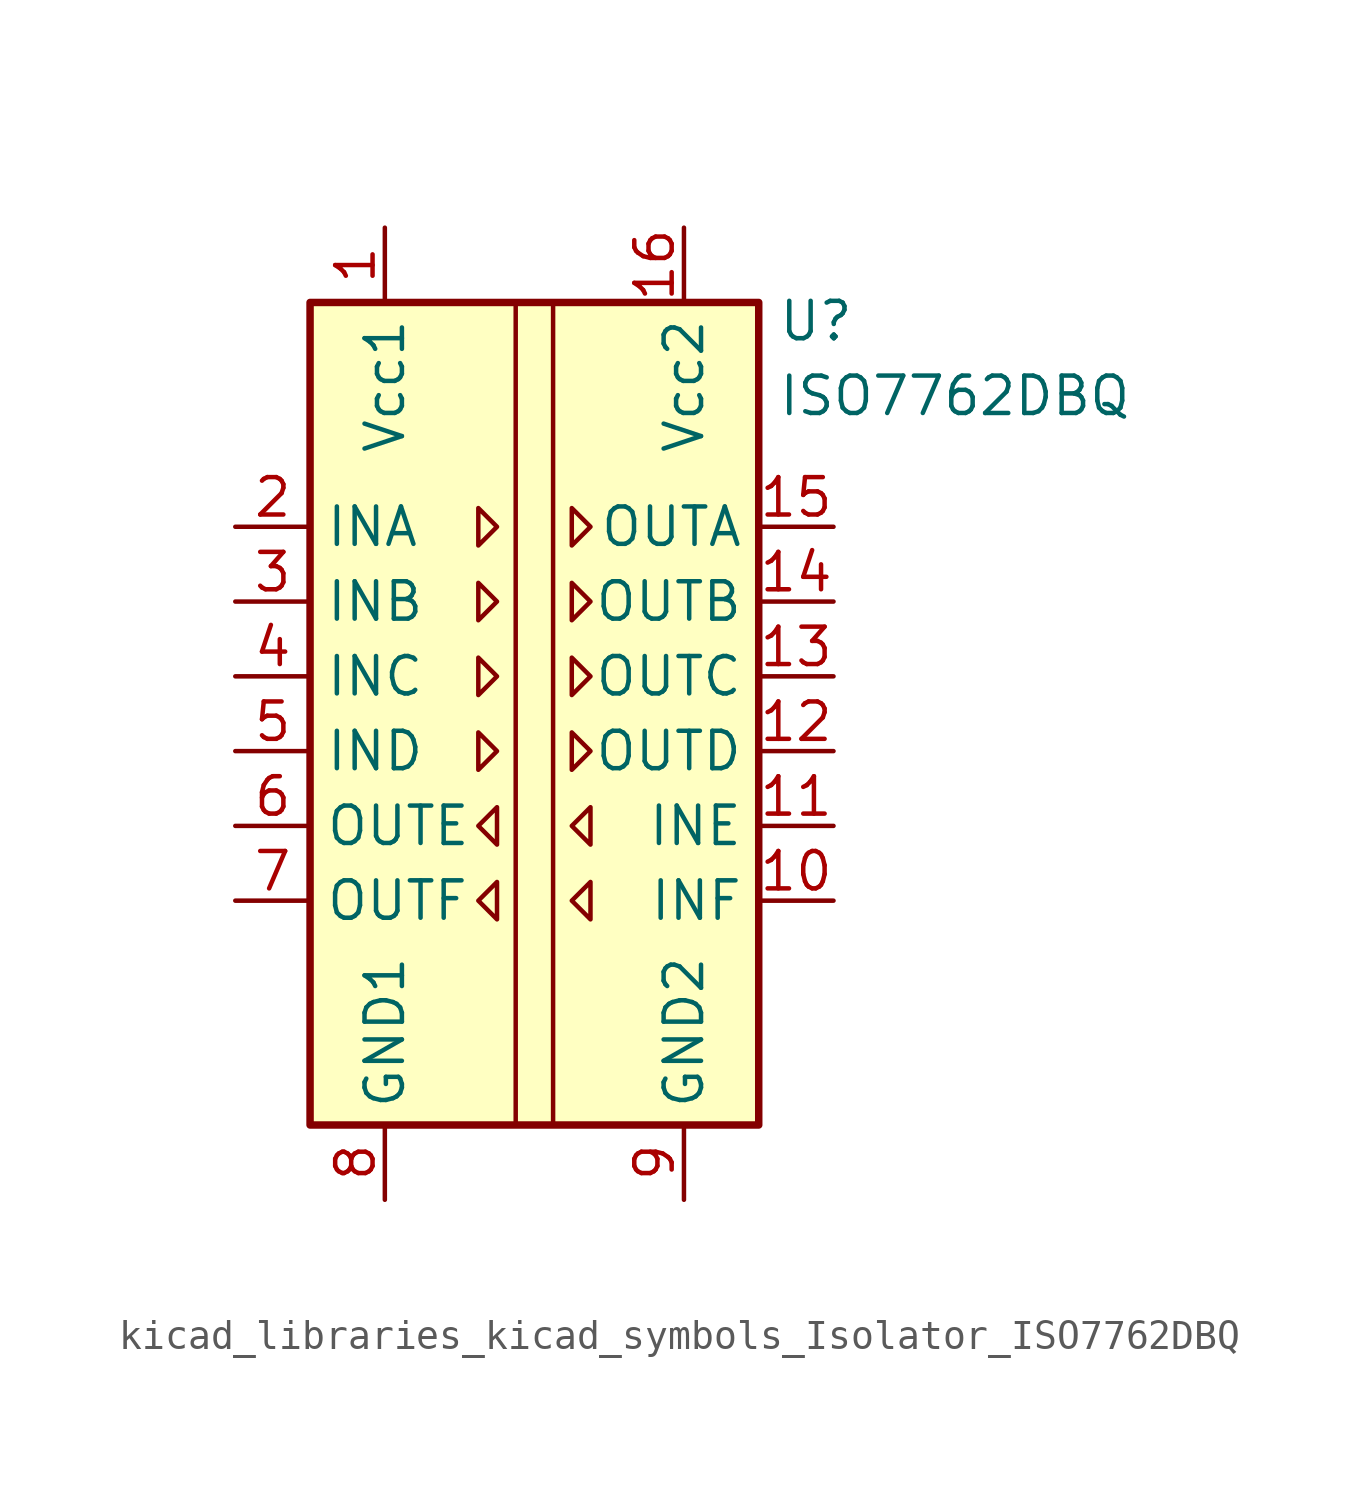
<source format=kicad_sym>
(kicad_symbol_lib
  (version 20220914)
  (generator kicad_symbol_editor)
  (symbol "kicad_libraries_kicad_symbols_Isolator_ISO7762DBQ"
    (property "Reference" "U"
      (at 8.255 14.605 0)
      (effects (font (size 1.27 1.27)) (justify left)))
    (property "Value" "ISO7762DBQ"
      (at 8.255 12.065 0)
      (effects (font (size 1.27 1.27)) (justify left)))
    (symbol "kicad_libraries_kicad_symbols_Isolator_ISO7762DBQ_0_1"
      (rectangle (start -7.62 15.24) (end 7.62 -12.7) (stroke (width 0.254) (type default)) (fill (type background)))
      (polyline (pts (xy -0.635 15.24) (xy -0.635 -12.7)) (stroke (width 0) (type default)) (fill (type none)))
      (polyline (pts (xy 0.635 15.24) (xy 0.635 -12.7)) (stroke (width 0) (type default)) (fill (type none)))
      (polyline (pts (xy -1.905 8.255) (xy -1.27 7.62) (xy -1.905 6.985) (xy -1.905 8.255)) (stroke (width 0) (type default)) (fill (type none)))
      (polyline (pts (xy 1.27 8.255) (xy 1.905 7.62) (xy 1.27 6.985) (xy 1.27 8.255)) (stroke (width 0) (type default)) (fill (type none))))
    (symbol "kicad_libraries_kicad_symbols_Isolator_ISO7762DBQ_1_1"
      (polyline (pts (xy -1.905 0.635) (xy -1.27 0) (xy -1.905 -0.635) (xy -1.905 0.635)) (stroke (width 0) (type default)) (fill (type none)))
      (polyline (pts (xy -1.905 3.175) (xy -1.27 2.54) (xy -1.905 1.905) (xy -1.905 3.175)) (stroke (width 0) (type default)) (fill (type none)))
      (polyline (pts (xy -1.905 5.715) (xy -1.27 5.08) (xy -1.905 4.445) (xy -1.905 5.715)) (stroke (width 0) (type default)) (fill (type none)))
      (polyline (pts (xy -1.27 -4.445) (xy -1.905 -5.08) (xy -1.27 -5.715) (xy -1.27 -4.445)) (stroke (width 0) (type default)) (fill (type none)))
      (polyline (pts (xy -1.27 -1.905) (xy -1.905 -2.54) (xy -1.27 -3.175) (xy -1.27 -1.905)) (stroke (width 0) (type default)) (fill (type none)))
      (polyline (pts (xy 1.27 0.635) (xy 1.905 0) (xy 1.27 -0.635) (xy 1.27 0.635)) (stroke (width 0) (type default)) (fill (type none)))
      (polyline (pts (xy 1.27 3.175) (xy 1.905 2.54) (xy 1.27 1.905) (xy 1.27 3.175)) (stroke (width 0) (type default)) (fill (type none)))
      (polyline (pts (xy 1.27 5.715) (xy 1.905 5.08) (xy 1.27 4.445) (xy 1.27 5.715)) (stroke (width 0) (type default)) (fill (type none)))
      (polyline (pts (xy 1.905 -4.445) (xy 1.27 -5.08) (xy 1.905 -5.715) (xy 1.905 -4.445)) (stroke (width 0) (type default)) (fill (type none)))
      (polyline (pts (xy 1.905 -1.905) (xy 1.27 -2.54) (xy 1.905 -3.175) (xy 1.905 -1.905)) (stroke (width 0) (type default)) (fill (type none)))
      (pin power_in line (at -5.08 17.78 270) (length 2.54) (name "Vcc1" (effects (font (size 1.27 1.27)))) (number "1" (effects (font (size 1.27 1.27)))))
      (pin input line (at 10.16 -5.08 180) (length 2.54) (name "INF" (effects (font (size 1.27 1.27)))) (number "10" (effects (font (size 1.27 1.27)))))
      (pin input line (at 10.16 -2.54 180) (length 2.54) (name "INE" (effects (font (size 1.27 1.27)))) (number "11" (effects (font (size 1.27 1.27)))))
      (pin output line (at 10.16 0 180) (length 2.54) (name "OUTD" (effects (font (size 1.27 1.27)))) (number "12" (effects (font (size 1.27 1.27)))))
      (pin output line (at 10.16 2.54 180) (length 2.54) (name "OUTC" (effects (font (size 1.27 1.27)))) (number "13" (effects (font (size 1.27 1.27)))))
      (pin output line (at 10.16 5.08 180) (length 2.54) (name "OUTB" (effects (font (size 1.27 1.27)))) (number "14" (effects (font (size 1.27 1.27)))))
      (pin output line (at 10.16 7.62 180) (length 2.54) (name "OUTA" (effects (font (size 1.27 1.27)))) (number "15" (effects (font (size 1.27 1.27)))))
      (pin power_in line (at 5.08 17.78 270) (length 2.54) (name "Vcc2" (effects (font (size 1.27 1.27)))) (number "16" (effects (font (size 1.27 1.27)))))
      (pin input line (at -10.16 7.62 0) (length 2.54) (name "INA" (effects (font (size 1.27 1.27)))) (number "2" (effects (font (size 1.27 1.27)))))
      (pin input line (at -10.16 5.08 0) (length 2.54) (name "INB" (effects (font (size 1.27 1.27)))) (number "3" (effects (font (size 1.27 1.27)))))
      (pin input line (at -10.16 2.54 0) (length 2.54) (name "INC" (effects (font (size 1.27 1.27)))) (number "4" (effects (font (size 1.27 1.27)))))
      (pin input line (at -10.16 0 0) (length 2.54) (name "IND" (effects (font (size 1.27 1.27)))) (number "5" (effects (font (size 1.27 1.27)))))
      (pin output line (at -10.16 -2.54 0) (length 2.54) (name "OUTE" (effects (font (size 1.27 1.27)))) (number "6" (effects (font (size 1.27 1.27)))))
      (pin output line (at -10.16 -5.08 0) (length 2.54) (name "OUTF" (effects (font (size 1.27 1.27)))) (number "7" (effects (font (size 1.27 1.27)))))
      (pin power_in line (at -5.08 -15.24 90) (length 2.54) (name "GND1" (effects (font (size 1.27 1.27)))) (number "8" (effects (font (size 1.27 1.27)))))
      (pin power_in line (at 5.08 -15.24 90) (length 2.54) (name "GND2" (effects (font (size 1.27 1.27)))) (number "9" (effects (font (size 1.27 1.27))))))))
</source>
